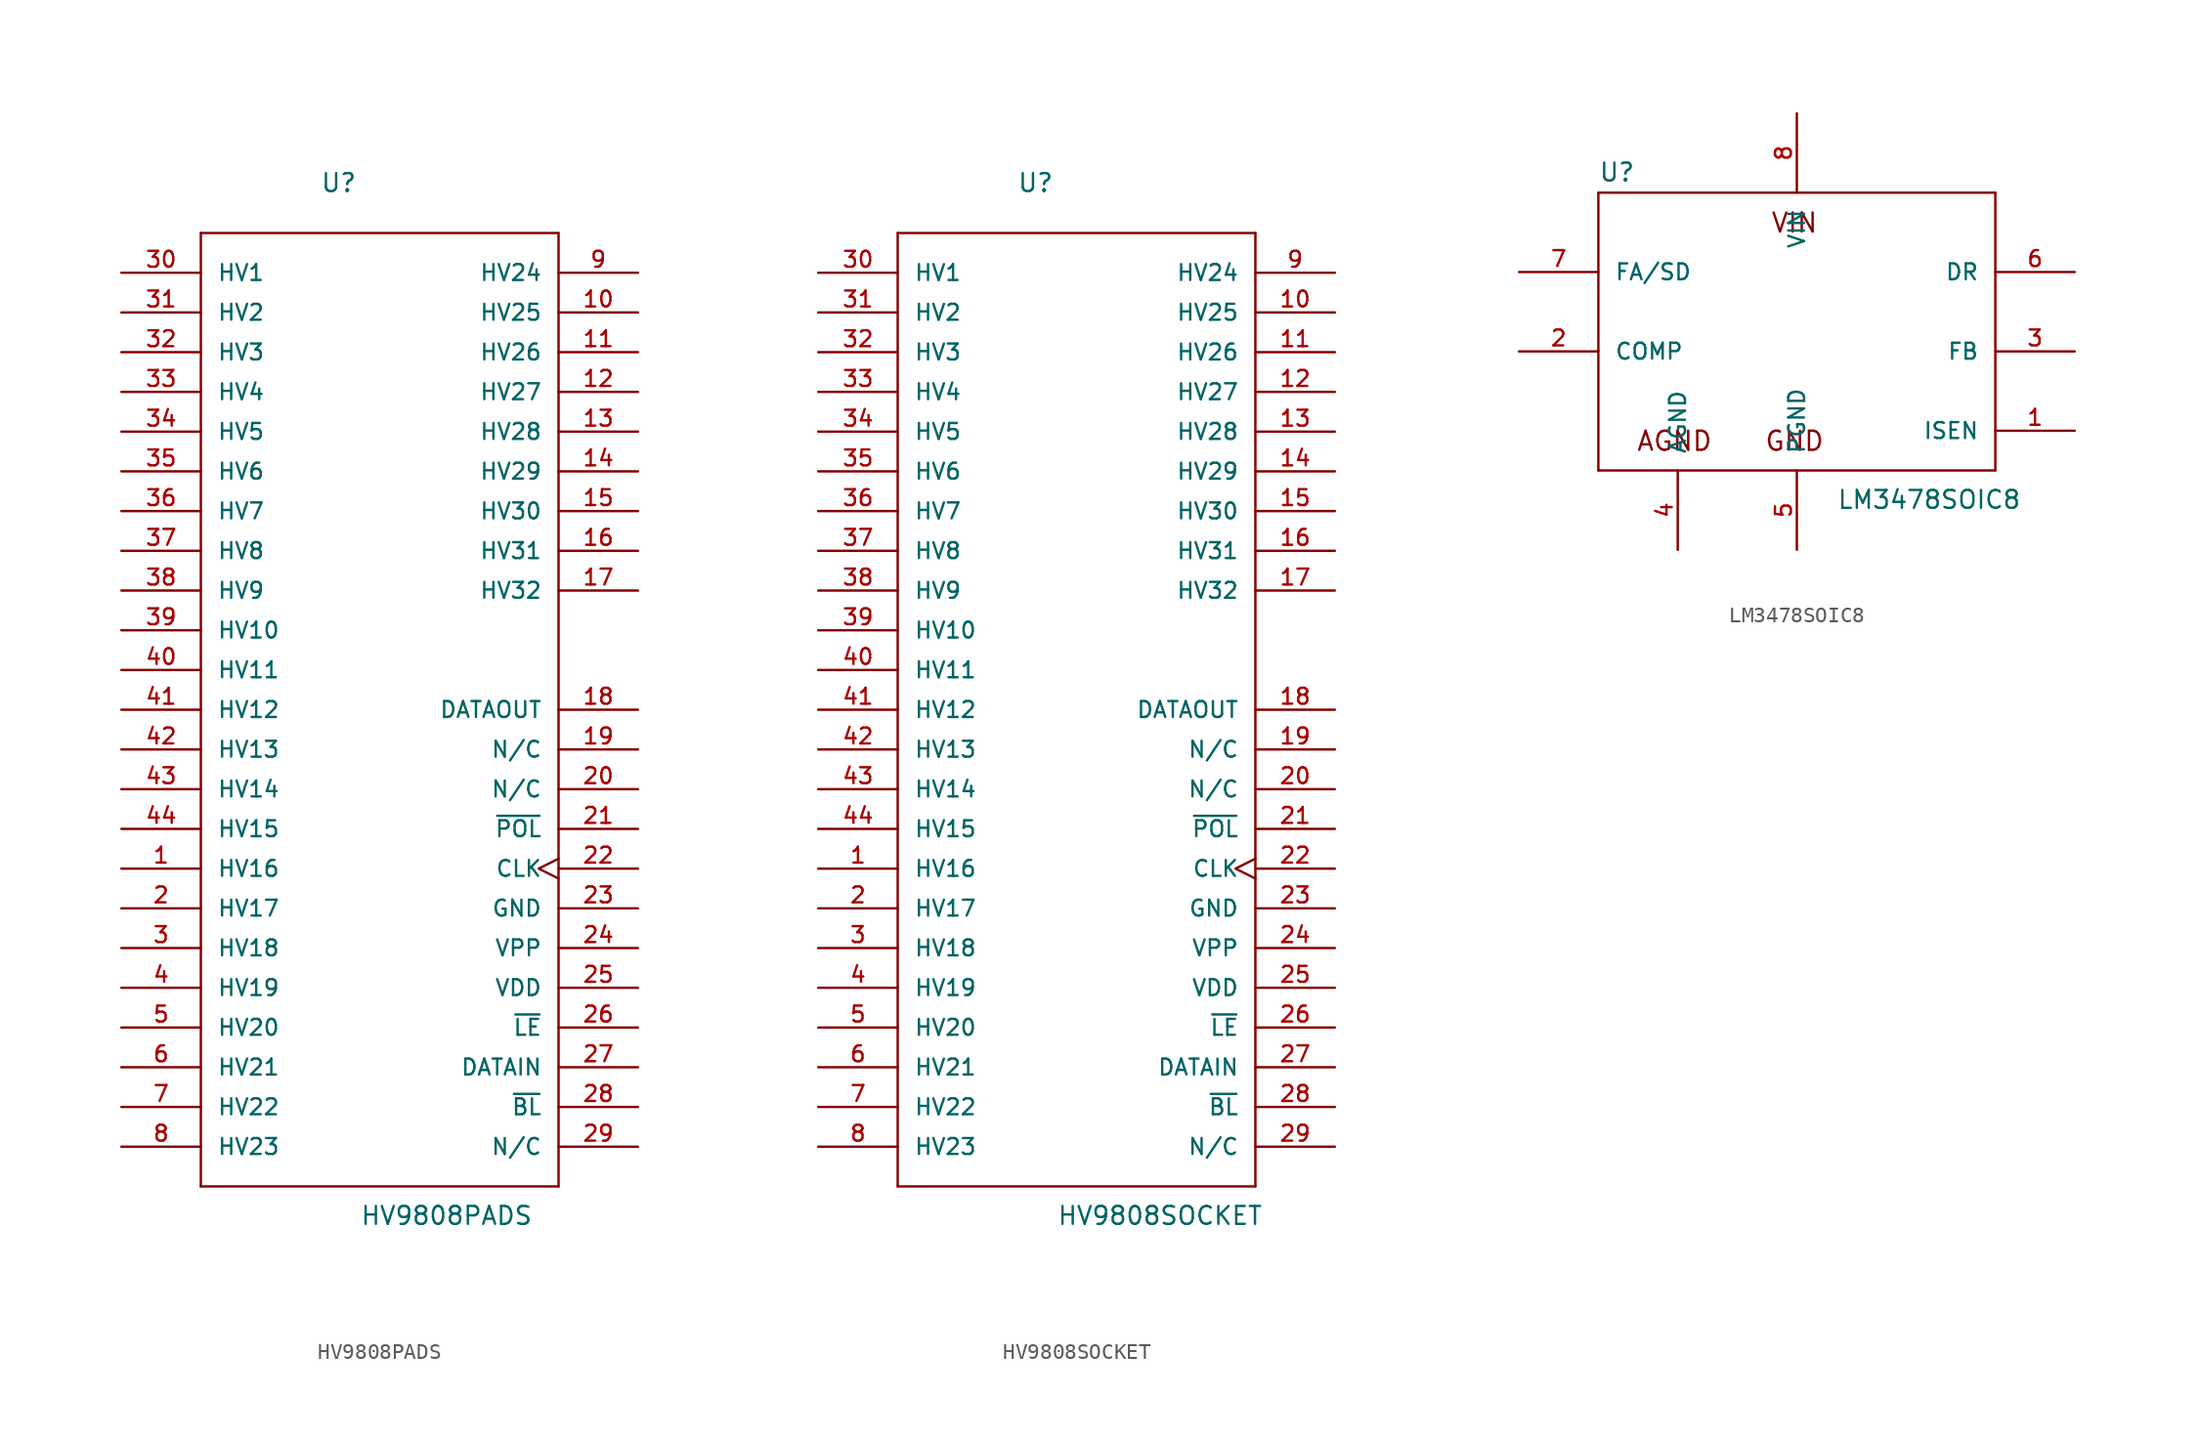
<source format=kicad_sym>
(kicad_symbol_lib
  (version 20220914)
  (generator kicad_symbol_editor)
  (symbol "HV9808PADS"
    (pin_names
      (offset 1.016))
    (property "Reference" "U"
      (at -5.08 33.02 0)
      (effects (font (size 1.143 1.143)) (justify left bottom)))
    (property "Value" "HV9808PADS"
      (at -2.54 -33.02 0)
      (effects (font (size 1.143 1.143)) (justify left bottom)))
    (property "ki_locked" ""
      (at 0 0 0)
      (effects (font (size 1.27 1.27))))
    (symbol "HV9808PADS_1_0"
      (polyline (pts (xy -12.7 -30.48) (xy 10.16 -30.48)) (stroke (width 0) (type solid)) (fill (type none)))
      (polyline (pts (xy -12.7 30.48) (xy -12.7 -30.48)) (stroke (width 0) (type solid)) (fill (type none)))
      (polyline (pts (xy 10.16 -30.48) (xy 10.16 30.48)) (stroke (width 0) (type solid)) (fill (type none)))
      (polyline (pts (xy 10.16 30.48) (xy -12.7 30.48)) (stroke (width 0) (type solid)) (fill (type none))))
    (symbol "HV9808PADS_1_1"
      (pin output line (at -17.78 -10.16 0) (length 5.08) (name "HV16" (effects (font (size 1.016 1.016)))) (number "1" (effects (font (size 1.016 1.016)))))
      (pin output line (at 15.24 25.4 180) (length 5.08) (name "HV25" (effects (font (size 1.016 1.016)))) (number "10" (effects (font (size 1.016 1.016)))))
      (pin output line (at 15.24 22.86 180) (length 5.08) (name "HV26" (effects (font (size 1.016 1.016)))) (number "11" (effects (font (size 1.016 1.016)))))
      (pin output line (at 15.24 20.32 180) (length 5.08) (name "HV27" (effects (font (size 1.016 1.016)))) (number "12" (effects (font (size 1.016 1.016)))))
      (pin output line (at 15.24 17.78 180) (length 5.08) (name "HV28" (effects (font (size 1.016 1.016)))) (number "13" (effects (font (size 1.016 1.016)))))
      (pin output line (at 15.24 15.24 180) (length 5.08) (name "HV29" (effects (font (size 1.016 1.016)))) (number "14" (effects (font (size 1.016 1.016)))))
      (pin output line (at 15.24 12.7 180) (length 5.08) (name "HV30" (effects (font (size 1.016 1.016)))) (number "15" (effects (font (size 1.016 1.016)))))
      (pin output line (at 15.24 10.16 180) (length 5.08) (name "HV31" (effects (font (size 1.016 1.016)))) (number "16" (effects (font (size 1.016 1.016)))))
      (pin output line (at 15.24 7.62 180) (length 5.08) (name "HV32" (effects (font (size 1.016 1.016)))) (number "17" (effects (font (size 1.016 1.016)))))
      (pin output line (at 15.24 0 180) (length 5.08) (name "DATAOUT" (effects (font (size 1.016 1.016)))) (number "18" (effects (font (size 1.016 1.016)))))
      (pin unspecified line (at 15.24 -2.54 180) (length 5.08) (name "N/C" (effects (font (size 1.016 1.016)))) (number "19" (effects (font (size 1.016 1.016)))))
      (pin output line (at -17.78 -12.7 0) (length 5.08) (name "HV17" (effects (font (size 1.016 1.016)))) (number "2" (effects (font (size 1.016 1.016)))))
      (pin unspecified line (at 15.24 -5.08 180) (length 5.08) (name "N/C" (effects (font (size 1.016 1.016)))) (number "20" (effects (font (size 1.016 1.016)))))
      (pin input line (at 15.24 -7.62 180) (length 5.08) (name "~{POL}" (effects (font (size 1.016 1.016)))) (number "21" (effects (font (size 1.016 1.016)))))
      (pin output clock (at 15.24 -10.16 180) (length 5.08) (name "CLK" (effects (font (size 1.016 1.016)))) (number "22" (effects (font (size 1.016 1.016)))))
      (pin power_in line (at 15.24 -12.7 180) (length 5.08) (name "GND" (effects (font (size 1.016 1.016)))) (number "23" (effects (font (size 1.016 1.016)))))
      (pin power_in line (at 15.24 -15.24 180) (length 5.08) (name "VPP" (effects (font (size 1.016 1.016)))) (number "24" (effects (font (size 1.016 1.016)))))
      (pin power_in line (at 15.24 -17.78 180) (length 5.08) (name "VDD" (effects (font (size 1.016 1.016)))) (number "25" (effects (font (size 1.016 1.016)))))
      (pin input line (at 15.24 -20.32 180) (length 5.08) (name "~{LE}" (effects (font (size 1.016 1.016)))) (number "26" (effects (font (size 1.016 1.016)))))
      (pin input line (at 15.24 -22.86 180) (length 5.08) (name "DATAIN" (effects (font (size 1.016 1.016)))) (number "27" (effects (font (size 1.016 1.016)))))
      (pin input line (at 15.24 -25.4 180) (length 5.08) (name "~{BL}" (effects (font (size 1.016 1.016)))) (number "28" (effects (font (size 1.016 1.016)))))
      (pin unspecified line (at 15.24 -27.94 180) (length 5.08) (name "N/C" (effects (font (size 1.016 1.016)))) (number "29" (effects (font (size 1.016 1.016)))))
      (pin output line (at -17.78 -15.24 0) (length 5.08) (name "HV18" (effects (font (size 1.016 1.016)))) (number "3" (effects (font (size 1.016 1.016)))))
      (pin output line (at -17.78 27.94 0) (length 5.08) (name "HV1" (effects (font (size 1.016 1.016)))) (number "30" (effects (font (size 1.016 1.016)))))
      (pin output line (at -17.78 25.4 0) (length 5.08) (name "HV2" (effects (font (size 1.016 1.016)))) (number "31" (effects (font (size 1.016 1.016)))))
      (pin output line (at -17.78 22.86 0) (length 5.08) (name "HV3" (effects (font (size 1.016 1.016)))) (number "32" (effects (font (size 1.016 1.016)))))
      (pin output line (at -17.78 20.32 0) (length 5.08) (name "HV4" (effects (font (size 1.016 1.016)))) (number "33" (effects (font (size 1.016 1.016)))))
      (pin output line (at -17.78 17.78 0) (length 5.08) (name "HV5" (effects (font (size 1.016 1.016)))) (number "34" (effects (font (size 1.016 1.016)))))
      (pin output line (at -17.78 15.24 0) (length 5.08) (name "HV6" (effects (font (size 1.016 1.016)))) (number "35" (effects (font (size 1.016 1.016)))))
      (pin output line (at -17.78 12.7 0) (length 5.08) (name "HV7" (effects (font (size 1.016 1.016)))) (number "36" (effects (font (size 1.016 1.016)))))
      (pin output line (at -17.78 10.16 0) (length 5.08) (name "HV8" (effects (font (size 1.016 1.016)))) (number "37" (effects (font (size 1.016 1.016)))))
      (pin output line (at -17.78 7.62 0) (length 5.08) (name "HV9" (effects (font (size 1.016 1.016)))) (number "38" (effects (font (size 1.016 1.016)))))
      (pin output line (at -17.78 5.08 0) (length 5.08) (name "HV10" (effects (font (size 1.016 1.016)))) (number "39" (effects (font (size 1.016 1.016)))))
      (pin output line (at -17.78 -17.78 0) (length 5.08) (name "HV19" (effects (font (size 1.016 1.016)))) (number "4" (effects (font (size 1.016 1.016)))))
      (pin output line (at -17.78 2.54 0) (length 5.08) (name "HV11" (effects (font (size 1.016 1.016)))) (number "40" (effects (font (size 1.016 1.016)))))
      (pin output line (at -17.78 0 0) (length 5.08) (name "HV12" (effects (font (size 1.016 1.016)))) (number "41" (effects (font (size 1.016 1.016)))))
      (pin output line (at -17.78 -2.54 0) (length 5.08) (name "HV13" (effects (font (size 1.016 1.016)))) (number "42" (effects (font (size 1.016 1.016)))))
      (pin output line (at -17.78 -5.08 0) (length 5.08) (name "HV14" (effects (font (size 1.016 1.016)))) (number "43" (effects (font (size 1.016 1.016)))))
      (pin output line (at -17.78 -7.62 0) (length 5.08) (name "HV15" (effects (font (size 1.016 1.016)))) (number "44" (effects (font (size 1.016 1.016)))))
      (pin output line (at -17.78 -20.32 0) (length 5.08) (name "HV20" (effects (font (size 1.016 1.016)))) (number "5" (effects (font (size 1.016 1.016)))))
      (pin output line (at -17.78 -22.86 0) (length 5.08) (name "HV21" (effects (font (size 1.016 1.016)))) (number "6" (effects (font (size 1.016 1.016)))))
      (pin output line (at -17.78 -25.4 0) (length 5.08) (name "HV22" (effects (font (size 1.016 1.016)))) (number "7" (effects (font (size 1.016 1.016)))))
      (pin output line (at -17.78 -27.94 0) (length 5.08) (name "HV23" (effects (font (size 1.016 1.016)))) (number "8" (effects (font (size 1.016 1.016)))))
      (pin output line (at 15.24 27.94 180) (length 5.08) (name "HV24" (effects (font (size 1.016 1.016)))) (number "9" (effects (font (size 1.016 1.016)))))))
  (symbol "HV9808SOCKET"
    (pin_names
      (offset 1.016))
    (property "Reference" "U"
      (at -5.08 33.02 0)
      (effects (font (size 1.143 1.143)) (justify left bottom)))
    (property "Value" "HV9808SOCKET"
      (at -2.54 -33.02 0)
      (effects (font (size 1.143 1.143)) (justify left bottom)))
    (property "ki_locked" ""
      (at 0 0 0)
      (effects (font (size 1.27 1.27))))
    (symbol "HV9808SOCKET_1_0"
      (polyline (pts (xy -12.7 -30.48) (xy 10.16 -30.48)) (stroke (width 0) (type solid)) (fill (type none)))
      (polyline (pts (xy -12.7 30.48) (xy -12.7 -30.48)) (stroke (width 0) (type solid)) (fill (type none)))
      (polyline (pts (xy 10.16 -30.48) (xy 10.16 30.48)) (stroke (width 0) (type solid)) (fill (type none)))
      (polyline (pts (xy 10.16 30.48) (xy -12.7 30.48)) (stroke (width 0) (type solid)) (fill (type none))))
    (symbol "HV9808SOCKET_1_1"
      (pin output line (at -17.78 -10.16 0) (length 5.08) (name "HV16" (effects (font (size 1.016 1.016)))) (number "1" (effects (font (size 1.016 1.016)))))
      (pin output line (at 15.24 25.4 180) (length 5.08) (name "HV25" (effects (font (size 1.016 1.016)))) (number "10" (effects (font (size 1.016 1.016)))))
      (pin output line (at 15.24 22.86 180) (length 5.08) (name "HV26" (effects (font (size 1.016 1.016)))) (number "11" (effects (font (size 1.016 1.016)))))
      (pin output line (at 15.24 20.32 180) (length 5.08) (name "HV27" (effects (font (size 1.016 1.016)))) (number "12" (effects (font (size 1.016 1.016)))))
      (pin output line (at 15.24 17.78 180) (length 5.08) (name "HV28" (effects (font (size 1.016 1.016)))) (number "13" (effects (font (size 1.016 1.016)))))
      (pin output line (at 15.24 15.24 180) (length 5.08) (name "HV29" (effects (font (size 1.016 1.016)))) (number "14" (effects (font (size 1.016 1.016)))))
      (pin output line (at 15.24 12.7 180) (length 5.08) (name "HV30" (effects (font (size 1.016 1.016)))) (number "15" (effects (font (size 1.016 1.016)))))
      (pin output line (at 15.24 10.16 180) (length 5.08) (name "HV31" (effects (font (size 1.016 1.016)))) (number "16" (effects (font (size 1.016 1.016)))))
      (pin output line (at 15.24 7.62 180) (length 5.08) (name "HV32" (effects (font (size 1.016 1.016)))) (number "17" (effects (font (size 1.016 1.016)))))
      (pin output line (at 15.24 0 180) (length 5.08) (name "DATAOUT" (effects (font (size 1.016 1.016)))) (number "18" (effects (font (size 1.016 1.016)))))
      (pin unspecified line (at 15.24 -2.54 180) (length 5.08) (name "N/C" (effects (font (size 1.016 1.016)))) (number "19" (effects (font (size 1.016 1.016)))))
      (pin output line (at -17.78 -12.7 0) (length 5.08) (name "HV17" (effects (font (size 1.016 1.016)))) (number "2" (effects (font (size 1.016 1.016)))))
      (pin unspecified line (at 15.24 -5.08 180) (length 5.08) (name "N/C" (effects (font (size 1.016 1.016)))) (number "20" (effects (font (size 1.016 1.016)))))
      (pin input line (at 15.24 -7.62 180) (length 5.08) (name "~{POL}" (effects (font (size 1.016 1.016)))) (number "21" (effects (font (size 1.016 1.016)))))
      (pin output clock (at 15.24 -10.16 180) (length 5.08) (name "CLK" (effects (font (size 1.016 1.016)))) (number "22" (effects (font (size 1.016 1.016)))))
      (pin power_in line (at 15.24 -12.7 180) (length 5.08) (name "GND" (effects (font (size 1.016 1.016)))) (number "23" (effects (font (size 1.016 1.016)))))
      (pin power_in line (at 15.24 -15.24 180) (length 5.08) (name "VPP" (effects (font (size 1.016 1.016)))) (number "24" (effects (font (size 1.016 1.016)))))
      (pin power_in line (at 15.24 -17.78 180) (length 5.08) (name "VDD" (effects (font (size 1.016 1.016)))) (number "25" (effects (font (size 1.016 1.016)))))
      (pin input line (at 15.24 -20.32 180) (length 5.08) (name "~{LE}" (effects (font (size 1.016 1.016)))) (number "26" (effects (font (size 1.016 1.016)))))
      (pin input line (at 15.24 -22.86 180) (length 5.08) (name "DATAIN" (effects (font (size 1.016 1.016)))) (number "27" (effects (font (size 1.016 1.016)))))
      (pin input line (at 15.24 -25.4 180) (length 5.08) (name "~{BL}" (effects (font (size 1.016 1.016)))) (number "28" (effects (font (size 1.016 1.016)))))
      (pin unspecified line (at 15.24 -27.94 180) (length 5.08) (name "N/C" (effects (font (size 1.016 1.016)))) (number "29" (effects (font (size 1.016 1.016)))))
      (pin output line (at -17.78 -15.24 0) (length 5.08) (name "HV18" (effects (font (size 1.016 1.016)))) (number "3" (effects (font (size 1.016 1.016)))))
      (pin output line (at -17.78 27.94 0) (length 5.08) (name "HV1" (effects (font (size 1.016 1.016)))) (number "30" (effects (font (size 1.016 1.016)))))
      (pin output line (at -17.78 25.4 0) (length 5.08) (name "HV2" (effects (font (size 1.016 1.016)))) (number "31" (effects (font (size 1.016 1.016)))))
      (pin output line (at -17.78 22.86 0) (length 5.08) (name "HV3" (effects (font (size 1.016 1.016)))) (number "32" (effects (font (size 1.016 1.016)))))
      (pin output line (at -17.78 20.32 0) (length 5.08) (name "HV4" (effects (font (size 1.016 1.016)))) (number "33" (effects (font (size 1.016 1.016)))))
      (pin output line (at -17.78 17.78 0) (length 5.08) (name "HV5" (effects (font (size 1.016 1.016)))) (number "34" (effects (font (size 1.016 1.016)))))
      (pin output line (at -17.78 15.24 0) (length 5.08) (name "HV6" (effects (font (size 1.016 1.016)))) (number "35" (effects (font (size 1.016 1.016)))))
      (pin output line (at -17.78 12.7 0) (length 5.08) (name "HV7" (effects (font (size 1.016 1.016)))) (number "36" (effects (font (size 1.016 1.016)))))
      (pin output line (at -17.78 10.16 0) (length 5.08) (name "HV8" (effects (font (size 1.016 1.016)))) (number "37" (effects (font (size 1.016 1.016)))))
      (pin output line (at -17.78 7.62 0) (length 5.08) (name "HV9" (effects (font (size 1.016 1.016)))) (number "38" (effects (font (size 1.016 1.016)))))
      (pin output line (at -17.78 5.08 0) (length 5.08) (name "HV10" (effects (font (size 1.016 1.016)))) (number "39" (effects (font (size 1.016 1.016)))))
      (pin output line (at -17.78 -17.78 0) (length 5.08) (name "HV19" (effects (font (size 1.016 1.016)))) (number "4" (effects (font (size 1.016 1.016)))))
      (pin output line (at -17.78 2.54 0) (length 5.08) (name "HV11" (effects (font (size 1.016 1.016)))) (number "40" (effects (font (size 1.016 1.016)))))
      (pin output line (at -17.78 0 0) (length 5.08) (name "HV12" (effects (font (size 1.016 1.016)))) (number "41" (effects (font (size 1.016 1.016)))))
      (pin output line (at -17.78 -2.54 0) (length 5.08) (name "HV13" (effects (font (size 1.016 1.016)))) (number "42" (effects (font (size 1.016 1.016)))))
      (pin output line (at -17.78 -5.08 0) (length 5.08) (name "HV14" (effects (font (size 1.016 1.016)))) (number "43" (effects (font (size 1.016 1.016)))))
      (pin output line (at -17.78 -7.62 0) (length 5.08) (name "HV15" (effects (font (size 1.016 1.016)))) (number "44" (effects (font (size 1.016 1.016)))))
      (pin output line (at -17.78 -20.32 0) (length 5.08) (name "HV20" (effects (font (size 1.016 1.016)))) (number "5" (effects (font (size 1.016 1.016)))))
      (pin output line (at -17.78 -22.86 0) (length 5.08) (name "HV21" (effects (font (size 1.016 1.016)))) (number "6" (effects (font (size 1.016 1.016)))))
      (pin output line (at -17.78 -25.4 0) (length 5.08) (name "HV22" (effects (font (size 1.016 1.016)))) (number "7" (effects (font (size 1.016 1.016)))))
      (pin output line (at -17.78 -27.94 0) (length 5.08) (name "HV23" (effects (font (size 1.016 1.016)))) (number "8" (effects (font (size 1.016 1.016)))))
      (pin output line (at 15.24 27.94 180) (length 5.08) (name "HV24" (effects (font (size 1.016 1.016)))) (number "9" (effects (font (size 1.016 1.016)))))))
  (symbol "LM3478SOIC8"
    (pin_names
      (offset 1.016))
    (property "Reference" "U"
      (at -12.7 8.255 0)
      (effects (font (size 1.143 1.143)) (justify left bottom)))
    (property "Value" "LM3478SOIC8"
      (at 2.54 -12.7 0)
      (effects (font (size 1.143 1.143)) (justify left bottom)))
    (property "ki_locked" ""
      (at 0 0 0)
      (effects (font (size 1.27 1.27))))
    (symbol "LM3478SOIC8_1_0"
      (polyline (pts (xy -12.7 -10.16) (xy -12.7 7.62)) (stroke (width 0) (type solid)) (fill (type none)))
      (polyline (pts (xy -12.7 7.62) (xy 12.7 7.62)) (stroke (width 0) (type solid)) (fill (type none)))
      (polyline (pts (xy 12.7 -10.16) (xy -12.7 -10.16)) (stroke (width 0) (type solid)) (fill (type none)))
      (polyline (pts (xy 12.7 7.62) (xy 12.7 -10.16)) (stroke (width 0) (type solid)) (fill (type none)))
      (text "AGND" (at -7.823 -8.28 0) (effects (font (size 1.219 1.219))))
      (text "GND" (at -0.152 -8.28 0) (effects (font (size 1.219 1.219))))
      (text "VIN" (at -0.152 5.69 0) (effects (font (size 1.219 1.219)))))
    (symbol "LM3478SOIC8_1_1"
      (pin input line (at 17.78 -7.62 180) (length 5.08) (name "ISEN" (effects (font (size 1.016 1.016)))) (number "1" (effects (font (size 1.016 1.016)))))
      (pin input line (at -17.78 -2.54 0) (length 5.08) (name "COMP" (effects (font (size 1.016 1.016)))) (number "2" (effects (font (size 1.016 1.016)))))
      (pin input line (at 17.78 -2.54 180) (length 5.08) (name "FB" (effects (font (size 1.016 1.016)))) (number "3" (effects (font (size 1.016 1.016)))))
      (pin power_in line (at -7.62 -15.24 90) (length 5.08) (name "AGND" (effects (font (size 1.016 1.016)))) (number "4" (effects (font (size 1.016 1.016)))))
      (pin power_in line (at 0 -15.24 90) (length 5.08) (name "PGND" (effects (font (size 1.016 1.016)))) (number "5" (effects (font (size 1.016 1.016)))))
      (pin output line (at 17.78 2.54 180) (length 5.08) (name "DR" (effects (font (size 1.016 1.016)))) (number "6" (effects (font (size 1.016 1.016)))))
      (pin input line (at -17.78 2.54 0) (length 5.08) (name "FA/SD" (effects (font (size 1.016 1.016)))) (number "7" (effects (font (size 1.016 1.016)))))
      (pin power_in line (at 0 12.7 270) (length 5.08) (name "VIN" (effects (font (size 1.016 1.016)))) (number "8" (effects (font (size 1.016 1.016))))))))
</source>
